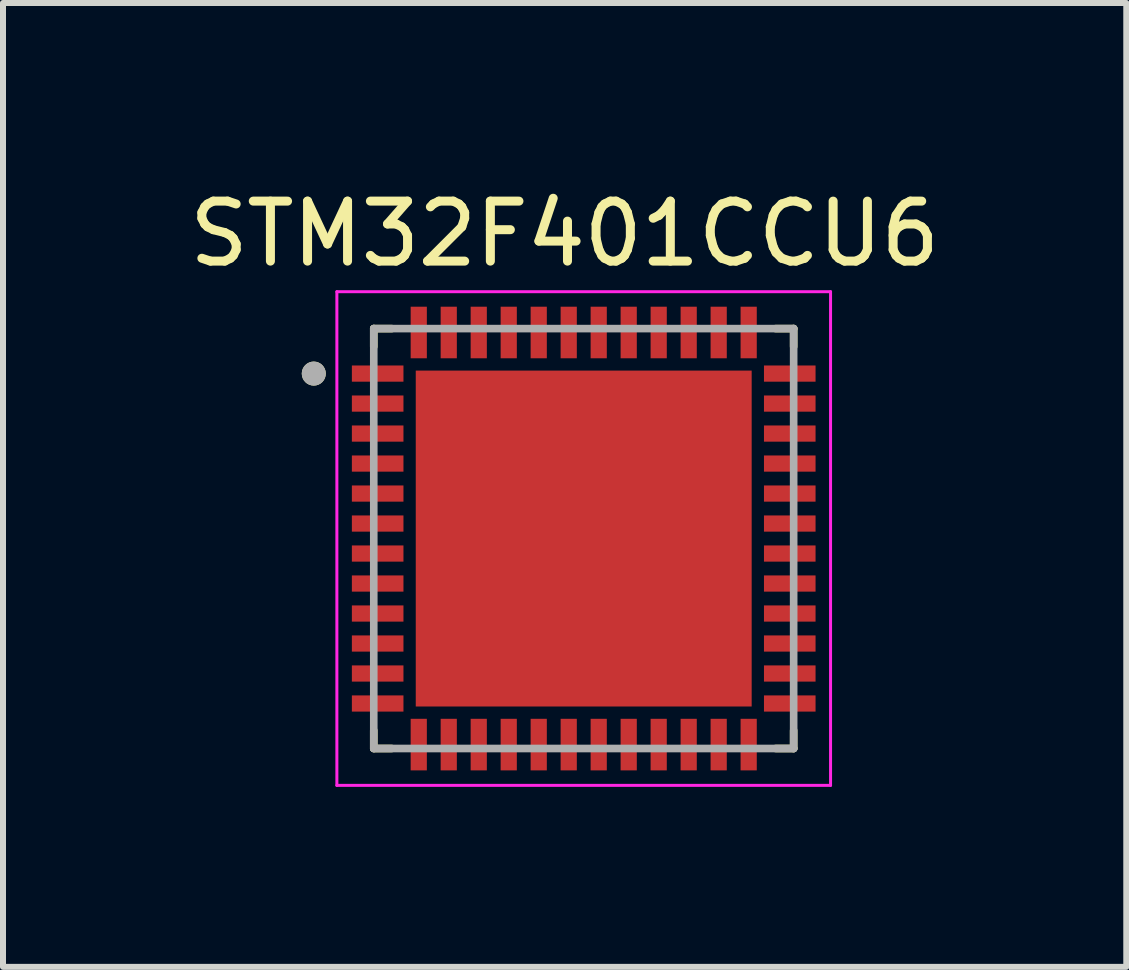
<source format=kicad_pcb>
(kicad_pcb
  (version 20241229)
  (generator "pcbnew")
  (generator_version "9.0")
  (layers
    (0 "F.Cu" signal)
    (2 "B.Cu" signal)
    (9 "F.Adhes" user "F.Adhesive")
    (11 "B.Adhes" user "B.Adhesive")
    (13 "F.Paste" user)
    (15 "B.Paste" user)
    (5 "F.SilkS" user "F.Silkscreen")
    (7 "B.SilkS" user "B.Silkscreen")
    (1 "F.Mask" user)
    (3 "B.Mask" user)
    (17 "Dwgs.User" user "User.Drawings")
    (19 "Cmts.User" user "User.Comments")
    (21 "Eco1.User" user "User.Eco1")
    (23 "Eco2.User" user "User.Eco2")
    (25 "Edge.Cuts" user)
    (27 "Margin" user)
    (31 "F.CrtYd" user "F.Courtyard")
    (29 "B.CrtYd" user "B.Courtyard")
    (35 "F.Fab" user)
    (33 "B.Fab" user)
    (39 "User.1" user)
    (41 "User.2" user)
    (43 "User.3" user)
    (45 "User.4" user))
  (footprint "STM32F401CCU6"
    (layer "F.Cu")
    (at 6.681 5.928)
    (property "Reference" "STM32F401CCU6" (at -0.318 -5.08 0) (layer "F.SilkS") (effects (font (size 1 1) (thickness 0.15))))
    (attr smd)
    (fp_poly (pts (xy -3.915 -2.935) (xy -2.955 -2.935) (xy -2.955 -2.565) (xy -3.915 -2.565)) (stroke (width 0.01) (type solid)) (fill yes) (layer "F.Mask"))
    (fp_poly (pts (xy -3.915 -2.435) (xy -2.955 -2.435) (xy -2.955 -2.065) (xy -3.915 -2.065)) (stroke (width 0.01) (type solid)) (fill yes) (layer "F.Mask"))
    (fp_poly (pts (xy -3.915 -1.935) (xy -2.955 -1.935) (xy -2.955 -1.565) (xy -3.915 -1.565)) (stroke (width 0.01) (type solid)) (fill yes) (layer "F.Mask"))
    (fp_poly (pts (xy -3.915 -1.435) (xy -2.955 -1.435) (xy -2.955 -1.065) (xy -3.915 -1.065)) (stroke (width 0.01) (type solid)) (fill yes) (layer "F.Mask"))
    (fp_poly (pts (xy -3.915 -0.935) (xy -2.955 -0.935) (xy -2.955 -0.565) (xy -3.915 -0.565)) (stroke (width 0.01) (type solid)) (fill yes) (layer "F.Mask"))
    (fp_poly (pts (xy -3.915 -0.435) (xy -2.955 -0.435) (xy -2.955 -0.065) (xy -3.915 -0.065)) (stroke (width 0.01) (type solid)) (fill yes) (layer "F.Mask"))
    (fp_poly (pts (xy -3.915 0.065) (xy -2.955 0.065) (xy -2.955 0.435) (xy -3.915 0.435)) (stroke (width 0.01) (type solid)) (fill yes) (layer "F.Mask"))
    (fp_poly (pts (xy -3.915 0.565) (xy -2.955 0.565) (xy -2.955 0.935) (xy -3.915 0.935)) (stroke (width 0.01) (type solid)) (fill yes) (layer "F.Mask"))
    (fp_poly (pts (xy -3.915 1.065) (xy -2.955 1.065) (xy -2.955 1.435) (xy -3.915 1.435)) (stroke (width 0.01) (type solid)) (fill yes) (layer "F.Mask"))
    (fp_poly (pts (xy -3.915 1.565) (xy -2.955 1.565) (xy -2.955 1.935) (xy -3.915 1.935)) (stroke (width 0.01) (type solid)) (fill yes) (layer "F.Mask"))
    (fp_poly (pts (xy -3.915 2.065) (xy -2.955 2.065) (xy -2.955 2.435) (xy -3.915 2.435)) (stroke (width 0.01) (type solid)) (fill yes) (layer "F.Mask"))
    (fp_poly (pts (xy -3.915 2.565) (xy -2.955 2.565) (xy -2.955 2.935) (xy -3.915 2.935)) (stroke (width 0.01) (type solid)) (fill yes) (layer "F.Mask"))
    (fp_poly (pts (xy -2.935 -3.915) (xy -2.565 -3.915) (xy -2.565 -2.955) (xy -2.935 -2.955)) (stroke (width 0.01) (type solid)) (fill yes) (layer "F.Mask"))
    (fp_poly (pts (xy -2.935 2.955) (xy -2.565 2.955) (xy -2.565 3.915) (xy -2.935 3.915)) (stroke (width 0.01) (type solid)) (fill yes) (layer "F.Mask"))
    (fp_poly (pts (xy -2.85 -2.85) (xy 2.85 -2.85) (xy 2.85 2.85) (xy -2.85 2.85)) (stroke (width 0.01) (type solid)) (fill yes) (layer "F.Mask"))
    (fp_poly (pts (xy -2.435 -3.915) (xy -2.065 -3.915) (xy -2.065 -2.955) (xy -2.435 -2.955)) (stroke (width 0.01) (type solid)) (fill yes) (layer "F.Mask"))
    (fp_poly (pts (xy -2.435 2.955) (xy -2.065 2.955) (xy -2.065 3.915) (xy -2.435 3.915)) (stroke (width 0.01) (type solid)) (fill yes) (layer "F.Mask"))
    (fp_poly (pts (xy -1.935 -3.915) (xy -1.565 -3.915) (xy -1.565 -2.955) (xy -1.935 -2.955)) (stroke (width 0.01) (type solid)) (fill yes) (layer "F.Mask"))
    (fp_poly (pts (xy -1.935 2.955) (xy -1.565 2.955) (xy -1.565 3.915) (xy -1.935 3.915)) (stroke (width 0.01) (type solid)) (fill yes) (layer "F.Mask"))
    (fp_poly (pts (xy -1.435 -3.915) (xy -1.065 -3.915) (xy -1.065 -2.955) (xy -1.435 -2.955)) (stroke (width 0.01) (type solid)) (fill yes) (layer "F.Mask"))
    (fp_poly (pts (xy -1.435 2.955) (xy -1.065 2.955) (xy -1.065 3.915) (xy -1.435 3.915)) (stroke (width 0.01) (type solid)) (fill yes) (layer "F.Mask"))
    (fp_poly (pts (xy -0.935 -3.915) (xy -0.565 -3.915) (xy -0.565 -2.955) (xy -0.935 -2.955)) (stroke (width 0.01) (type solid)) (fill yes) (layer "F.Mask"))
    (fp_poly (pts (xy -0.935 2.955) (xy -0.565 2.955) (xy -0.565 3.915) (xy -0.935 3.915)) (stroke (width 0.01) (type solid)) (fill yes) (layer "F.Mask"))
    (fp_poly (pts (xy -0.435 -3.915) (xy -0.065 -3.915) (xy -0.065 -2.955) (xy -0.435 -2.955)) (stroke (width 0.01) (type solid)) (fill yes) (layer "F.Mask"))
    (fp_poly (pts (xy -0.435 2.955) (xy -0.065 2.955) (xy -0.065 3.915) (xy -0.435 3.915)) (stroke (width 0.01) (type solid)) (fill yes) (layer "F.Mask"))
    (fp_poly (pts (xy 0.065 -3.915) (xy 0.435 -3.915) (xy 0.435 -2.955) (xy 0.065 -2.955)) (stroke (width 0.01) (type solid)) (fill yes) (layer "F.Mask"))
    (fp_poly (pts (xy 0.065 2.955) (xy 0.435 2.955) (xy 0.435 3.915) (xy 0.065 3.915)) (stroke (width 0.01) (type solid)) (fill yes) (layer "F.Mask"))
    (fp_poly (pts (xy 0.565 -3.915) (xy 0.935 -3.915) (xy 0.935 -2.955) (xy 0.565 -2.955)) (stroke (width 0.01) (type solid)) (fill yes) (layer "F.Mask"))
    (fp_poly (pts (xy 0.565 2.955) (xy 0.935 2.955) (xy 0.935 3.915) (xy 0.565 3.915)) (stroke (width 0.01) (type solid)) (fill yes) (layer "F.Mask"))
    (fp_poly (pts (xy 1.065 -3.915) (xy 1.435 -3.915) (xy 1.435 -2.955) (xy 1.065 -2.955)) (stroke (width 0.01) (type solid)) (fill yes) (layer "F.Mask"))
    (fp_poly (pts (xy 1.065 2.955) (xy 1.435 2.955) (xy 1.435 3.915) (xy 1.065 3.915)) (stroke (width 0.01) (type solid)) (fill yes) (layer "F.Mask"))
    (fp_poly (pts (xy 1.565 -3.915) (xy 1.935 -3.915) (xy 1.935 -2.955) (xy 1.565 -2.955)) (stroke (width 0.01) (type solid)) (fill yes) (layer "F.Mask"))
    (fp_poly (pts (xy 1.565 2.955) (xy 1.935 2.955) (xy 1.935 3.915) (xy 1.565 3.915)) (stroke (width 0.01) (type solid)) (fill yes) (layer "F.Mask"))
    (fp_poly (pts (xy 2.065 -3.915) (xy 2.435 -3.915) (xy 2.435 -2.955) (xy 2.065 -2.955)) (stroke (width 0.01) (type solid)) (fill yes) (layer "F.Mask"))
    (fp_poly (pts (xy 2.065 2.955) (xy 2.435 2.955) (xy 2.435 3.915) (xy 2.065 3.915)) (stroke (width 0.01) (type solid)) (fill yes) (layer "F.Mask"))
    (fp_poly (pts (xy 2.565 -3.915) (xy 2.935 -3.915) (xy 2.935 -2.955) (xy 2.565 -2.955)) (stroke (width 0.01) (type solid)) (fill yes) (layer "F.Mask"))
    (fp_poly (pts (xy 2.565 2.955) (xy 2.935 2.955) (xy 2.935 3.915) (xy 2.565 3.915)) (stroke (width 0.01) (type solid)) (fill yes) (layer "F.Mask"))
    (fp_poly (pts (xy 2.955 -2.935) (xy 3.915 -2.935) (xy 3.915 -2.565) (xy 2.955 -2.565)) (stroke (width 0.01) (type solid)) (fill yes) (layer "F.Mask"))
    (fp_poly (pts (xy 2.955 -2.435) (xy 3.915 -2.435) (xy 3.915 -2.065) (xy 2.955 -2.065)) (stroke (width 0.01) (type solid)) (fill yes) (layer "F.Mask"))
    (fp_poly (pts (xy 2.955 -1.935) (xy 3.915 -1.935) (xy 3.915 -1.565) (xy 2.955 -1.565)) (stroke (width 0.01) (type solid)) (fill yes) (layer "F.Mask"))
    (fp_poly (pts (xy 2.955 -1.435) (xy 3.915 -1.435) (xy 3.915 -1.065) (xy 2.955 -1.065)) (stroke (width 0.01) (type solid)) (fill yes) (layer "F.Mask"))
    (fp_poly (pts (xy 2.955 -0.935) (xy 3.915 -0.935) (xy 3.915 -0.565) (xy 2.955 -0.565)) (stroke (width 0.01) (type solid)) (fill yes) (layer "F.Mask"))
    (fp_poly (pts (xy 2.955 -0.435) (xy 3.915 -0.435) (xy 3.915 -0.065) (xy 2.955 -0.065)) (stroke (width 0.01) (type solid)) (fill yes) (layer "F.Mask"))
    (fp_poly (pts (xy 2.955 0.065) (xy 3.915 0.065) (xy 3.915 0.435) (xy 2.955 0.435)) (stroke (width 0.01) (type solid)) (fill yes) (layer "F.Mask"))
    (fp_poly (pts (xy 2.955 0.565) (xy 3.915 0.565) (xy 3.915 0.935) (xy 2.955 0.935)) (stroke (width 0.01) (type solid)) (fill yes) (layer "F.Mask"))
    (fp_poly (pts (xy 2.955 1.065) (xy 3.915 1.065) (xy 3.915 1.435) (xy 2.955 1.435)) (stroke (width 0.01) (type solid)) (fill yes) (layer "F.Mask"))
    (fp_poly (pts (xy 2.955 1.565) (xy 3.915 1.565) (xy 3.915 1.935) (xy 2.955 1.935)) (stroke (width 0.01) (type solid)) (fill yes) (layer "F.Mask"))
    (fp_poly (pts (xy 2.955 2.065) (xy 3.915 2.065) (xy 3.915 2.435) (xy 2.955 2.435)) (stroke (width 0.01) (type solid)) (fill yes) (layer "F.Mask"))
    (fp_poly (pts (xy 2.955 2.565) (xy 3.915 2.565) (xy 3.915 2.935) (xy 2.955 2.935)) (stroke (width 0.01) (type solid)) (fill yes) (layer "F.Mask"))
    (fp_line (start -3.5 -3.5) (end -3.5 -3.2) (stroke (width 0.127) (type solid)) (layer "F.SilkS"))
    (fp_line (start -3.5 -3.5) (end -3.2 -3.5) (stroke (width 0.127) (type solid)) (layer "F.SilkS"))
    (fp_line (start -3.5 3.5) (end -3.5 3.2) (stroke (width 0.127) (type solid)) (layer "F.SilkS"))
    (fp_line (start -3.5 3.5) (end -3.2 3.5) (stroke (width 0.127) (type solid)) (layer "F.SilkS"))
    (fp_line (start 3.5 -3.5) (end 3.2 -3.5) (stroke (width 0.127) (type solid)) (layer "F.SilkS"))
    (fp_line (start 3.5 -3.5) (end 3.5 -3.2) (stroke (width 0.127) (type solid)) (layer "F.SilkS"))
    (fp_line (start 3.5 3.5) (end 3.2 3.5) (stroke (width 0.127) (type solid)) (layer "F.SilkS"))
    (fp_line (start 3.5 3.5) (end 3.5 3.2) (stroke (width 0.127) (type solid)) (layer "F.SilkS"))
    (fp_circle (center -4.5 -2.75) (end -4.4 -2.75) (stroke (width 0.2) (type solid)) (fill no) (layer "F.SilkS"))
    (fp_poly (pts (xy -2.285 -2.285) (xy -0.515 -2.285) (xy -0.515 -0.515) (xy -2.285 -0.515)) (stroke (width 0.01) (type solid)) (fill yes) (layer "F.Paste"))
    (fp_poly (pts (xy -2.285 0.515) (xy -0.515 0.515) (xy -0.515 2.285) (xy -2.285 2.285)) (stroke (width 0.01) (type solid)) (fill yes) (layer "F.Paste"))
    (fp_poly (pts (xy 0.515 -2.285) (xy 2.285 -2.285) (xy 2.285 -0.515) (xy 0.515 -0.515)) (stroke (width 0.01) (type solid)) (fill yes) (layer "F.Paste"))
    (fp_poly (pts (xy 0.515 0.515) (xy 2.285 0.515) (xy 2.285 2.285) (xy 0.515 2.285)) (stroke (width 0.01) (type solid)) (fill yes) (layer "F.Paste"))
    (fp_line (start -4.115 -4.115) (end 4.115 -4.115) (stroke (width 0.05) (type solid)) (layer "F.CrtYd"))
    (fp_line (start -4.115 4.115) (end -4.115 -4.115) (stroke (width 0.05) (type solid)) (layer "F.CrtYd"))
    (fp_line (start 4.115 -4.115) (end 4.115 4.115) (stroke (width 0.05) (type solid)) (layer "F.CrtYd"))
    (fp_line (start 4.115 4.115) (end -4.115 4.115) (stroke (width 0.05) (type solid)) (layer "F.CrtYd"))
    (fp_line (start -3.5 -3.5) (end 3.5 -3.5) (stroke (width 0.127) (type solid)) (layer "F.Fab"))
    (fp_line (start -3.5 3.5) (end -3.5 -3.5) (stroke (width 0.127) (type solid)) (layer "F.Fab"))
    (fp_line (start 3.5 -3.5) (end 3.5 3.5) (stroke (width 0.127) (type solid)) (layer "F.Fab"))
    (fp_line (start 3.5 3.5) (end -3.5 3.5) (stroke (width 0.127) (type solid)) (layer "F.Fab"))
    (fp_circle (center -4.5 -2.75) (end -4.4 -2.75) (stroke (width 0.2) (type solid)) (fill no) (layer "F.Fab"))
    (pad "1" smd rect (at -3.435 -2.75) (size 0.86 0.27) (layers "F.Cu" "F.Paste"))
    (pad "2" smd rect (at -3.435 -2.25) (size 0.86 0.27) (layers "F.Cu" "F.Paste"))
    (pad "3" smd rect (at -3.435 -1.75) (size 0.86 0.27) (layers "F.Cu" "F.Paste"))
    (pad "4" smd rect (at -3.435 -1.25) (size 0.86 0.27) (layers "F.Cu" "F.Paste"))
    (pad "5" smd rect (at -3.435 -0.75) (size 0.86 0.27) (layers "F.Cu" "F.Paste"))
    (pad "6" smd rect (at -3.435 -0.25) (size 0.86 0.27) (layers "F.Cu" "F.Paste"))
    (pad "7" smd rect (at -3.435 0.25) (size 0.86 0.27) (layers "F.Cu" "F.Paste"))
    (pad "8" smd rect (at -3.435 0.75) (size 0.86 0.27) (layers "F.Cu" "F.Paste"))
    (pad "9" smd rect (at -3.435 1.25) (size 0.86 0.27) (layers "F.Cu" "F.Paste"))
    (pad "10" smd rect (at -3.435 1.75) (size 0.86 0.27) (layers "F.Cu" "F.Paste"))
    (pad "11" smd rect (at -3.435 2.25) (size 0.86 0.27) (layers "F.Cu" "F.Paste"))
    (pad "12" smd rect (at -3.435 2.75) (size 0.86 0.27) (layers "F.Cu" "F.Paste"))
    (pad "13" smd rect (at -2.75 3.435) (size 0.27 0.86) (layers "F.Cu" "F.Paste"))
    (pad "14" smd rect (at -2.25 3.435) (size 0.27 0.86) (layers "F.Cu" "F.Paste"))
    (pad "15" smd rect (at -1.75 3.435) (size 0.27 0.86) (layers "F.Cu" "F.Paste"))
    (pad "16" smd rect (at -1.25 3.435) (size 0.27 0.86) (layers "F.Cu" "F.Paste"))
    (pad "17" smd rect (at -0.75 3.435) (size 0.27 0.86) (layers "F.Cu" "F.Paste"))
    (pad "18" smd rect (at -0.25 3.435) (size 0.27 0.86) (layers "F.Cu" "F.Paste"))
    (pad "19" smd rect (at 0.25 3.435) (size 0.27 0.86) (layers "F.Cu" "F.Paste"))
    (pad "20" smd rect (at 0.75 3.435) (size 0.27 0.86) (layers "F.Cu" "F.Paste"))
    (pad "21" smd rect (at 1.25 3.435) (size 0.27 0.86) (layers "F.Cu" "F.Paste"))
    (pad "22" smd rect (at 1.75 3.435) (size 0.27 0.86) (layers "F.Cu" "F.Paste"))
    (pad "23" smd rect (at 2.25 3.435) (size 0.27 0.86) (layers "F.Cu" "F.Paste"))
    (pad "24" smd rect (at 2.75 3.435) (size 0.27 0.86) (layers "F.Cu" "F.Paste"))
    (pad "25" smd rect (at 3.435 2.75) (size 0.86 0.27) (layers "F.Cu" "F.Paste"))
    (pad "26" smd rect (at 3.435 2.25) (size 0.86 0.27) (layers "F.Cu" "F.Paste"))
    (pad "27" smd rect (at 3.435 1.75) (size 0.86 0.27) (layers "F.Cu" "F.Paste"))
    (pad "28" smd rect (at 3.435 1.25) (size 0.86 0.27) (layers "F.Cu" "F.Paste"))
    (pad "29" smd rect (at 3.435 0.75) (size 0.86 0.27) (layers "F.Cu" "F.Paste"))
    (pad "30" smd rect (at 3.435 0.25) (size 0.86 0.27) (layers "F.Cu" "F.Paste"))
    (pad "31" smd rect (at 3.435 -0.25) (size 0.86 0.27) (layers "F.Cu" "F.Paste"))
    (pad "32" smd rect (at 3.435 -0.75) (size 0.86 0.27) (layers "F.Cu" "F.Paste"))
    (pad "33" smd rect (at 3.435 -1.25) (size 0.86 0.27) (layers "F.Cu" "F.Paste"))
    (pad "34" smd rect (at 3.435 -1.75) (size 0.86 0.27) (layers "F.Cu" "F.Paste"))
    (pad "35" smd rect (at 3.435 -2.25) (size 0.86 0.27) (layers "F.Cu" "F.Paste"))
    (pad "36" smd rect (at 3.435 -2.75) (size 0.86 0.27) (layers "F.Cu" "F.Paste"))
    (pad "37" smd rect (at 2.75 -3.435) (size 0.27 0.86) (layers "F.Cu" "F.Paste"))
    (pad "38" smd rect (at 2.25 -3.435) (size 0.27 0.86) (layers "F.Cu" "F.Paste"))
    (pad "39" smd rect (at 1.75 -3.435) (size 0.27 0.86) (layers "F.Cu" "F.Paste"))
    (pad "40" smd rect (at 1.25 -3.435) (size 0.27 0.86) (layers "F.Cu" "F.Paste"))
    (pad "41" smd rect (at 0.75 -3.435) (size 0.27 0.86) (layers "F.Cu" "F.Paste"))
    (pad "42" smd rect (at 0.25 -3.435) (size 0.27 0.86) (layers "F.Cu" "F.Paste"))
    (pad "43" smd rect (at -0.25 -3.435) (size 0.27 0.86) (layers "F.Cu" "F.Paste"))
    (pad "44" smd rect (at -0.75 -3.435) (size 0.27 0.86) (layers "F.Cu" "F.Paste"))
    (pad "45" smd rect (at -1.25 -3.435) (size 0.27 0.86) (layers "F.Cu" "F.Paste"))
    (pad "46" smd rect (at -1.75 -3.435) (size 0.27 0.86) (layers "F.Cu" "F.Paste"))
    (pad "47" smd rect (at -2.25 -3.435) (size 0.27 0.86) (layers "F.Cu" "F.Paste"))
    (pad "48" smd rect (at -2.75 -3.435) (size 0.27 0.86) (layers "F.Cu" "F.Paste"))
    (pad "49" smd rect (at 0 0) (size 5.6 5.6) (layers "F.Cu")))
  (gr_rect
    (start -3 -3)
    (end 15.726 13.068)
    (stroke (width 0.1) (type default))
    (fill no)
    (layer "Edge.Cuts")))
</source>
